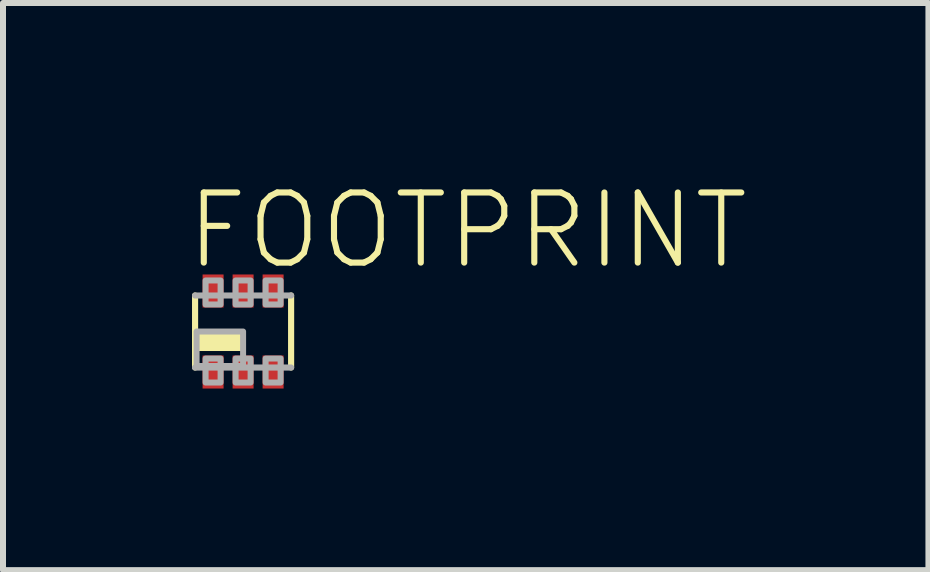
<source format=kicad_pcb>
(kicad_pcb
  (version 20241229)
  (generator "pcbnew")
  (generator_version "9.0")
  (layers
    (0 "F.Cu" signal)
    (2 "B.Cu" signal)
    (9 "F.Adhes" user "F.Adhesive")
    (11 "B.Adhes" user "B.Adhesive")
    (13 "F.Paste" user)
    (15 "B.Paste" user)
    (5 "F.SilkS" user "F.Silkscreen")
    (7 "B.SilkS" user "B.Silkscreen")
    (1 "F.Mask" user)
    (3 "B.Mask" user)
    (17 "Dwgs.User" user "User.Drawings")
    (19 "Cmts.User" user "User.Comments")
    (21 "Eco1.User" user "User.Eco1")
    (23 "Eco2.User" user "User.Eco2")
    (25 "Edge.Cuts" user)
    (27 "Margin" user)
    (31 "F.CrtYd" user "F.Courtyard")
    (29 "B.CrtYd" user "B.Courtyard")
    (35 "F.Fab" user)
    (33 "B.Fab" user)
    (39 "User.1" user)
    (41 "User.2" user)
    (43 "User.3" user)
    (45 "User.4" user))
  (footprint "FOOTPRINT"
    (layer "F.Cu")
    (at 1 2.473)
    (property "Reference" "FOOTPRINT" (at -1 -1 0) (layer "F.SilkS") (effects (font (size 1.168 1.168) (thickness 0.102)) (justify left bottom)))
    (fp_poly (pts (xy -0.7 0.975) (xy -0.3 0.975) (xy -0.3 0.375) (xy -0.7 0.375)) (stroke (width 0) (type solid)) (fill yes) (layer "F.Mask"))
    (fp_poly (pts (xy -0.3 -0.975) (xy -0.7 -0.975) (xy -0.7 -0.375) (xy -0.3 -0.375)) (stroke (width 0) (type solid)) (fill yes) (layer "F.Mask"))
    (fp_poly (pts (xy -0.2 0.975) (xy 0.2 0.975) (xy 0.2 0.375) (xy -0.2 0.375)) (stroke (width 0) (type solid)) (fill yes) (layer "F.Mask"))
    (fp_poly (pts (xy 0.2 -0.975) (xy -0.2 -0.975) (xy -0.2 -0.375) (xy 0.2 -0.375)) (stroke (width 0) (type solid)) (fill yes) (layer "F.Mask"))
    (fp_poly (pts (xy 0.3 0.975) (xy 0.7 0.975) (xy 0.7 0.375) (xy 0.3 0.375)) (stroke (width 0) (type solid)) (fill yes) (layer "F.Mask"))
    (fp_poly (pts (xy 0.7 -0.975) (xy 0.3 -0.975) (xy 0.3 -0.375) (xy 0.7 -0.375)) (stroke (width 0) (type solid)) (fill yes) (layer "F.Mask"))
    (fp_line (start -0.8 0.6) (end -0.8 -0.6) (stroke (width 0.102) (type solid)) (layer "F.SilkS"))
    (fp_line (start 0.8 -0.6) (end 0.8 0.6) (stroke (width 0.102) (type solid)) (layer "F.SilkS"))
    (fp_poly (pts (xy -0.75 0.325) (xy 0 0.325) (xy 0 0) (xy -0.75 0)) (stroke (width 0) (type solid)) (fill yes) (layer "F.SilkS"))
    (fp_line (start -0.8 -0.6) (end 0.8 -0.6) (stroke (width 0.102) (type solid)) (layer "F.Fab"))
    (fp_line (start 0.8 0.6) (end -0.8 0.6) (stroke (width 0.102) (type solid)) (layer "F.Fab"))
    (fp_poly (pts (xy -0.775 0.575) (xy 0 0.575) (xy 0 0) (xy -0.775 0)) (stroke (width 0.1) (type solid)) (fill no) (layer "F.Fab"))
    (fp_poly (pts (xy -0.625 0.85) (xy -0.375 0.85) (xy -0.375 0.45) (xy -0.625 0.45)) (stroke (width 0.1) (type solid)) (fill no) (layer "F.Fab"))
    (fp_poly (pts (xy -0.375 -0.85) (xy -0.625 -0.85) (xy -0.625 -0.45) (xy -0.375 -0.45)) (stroke (width 0.1) (type solid)) (fill no) (layer "F.Fab"))
    (fp_poly (pts (xy -0.125 0.85) (xy 0.125 0.85) (xy 0.125 0.45) (xy -0.125 0.45)) (stroke (width 0.1) (type solid)) (fill no) (layer "F.Fab"))
    (fp_poly (pts (xy 0.125 -0.85) (xy -0.125 -0.85) (xy -0.125 -0.45) (xy 0.125 -0.45)) (stroke (width 0.1) (type solid)) (fill no) (layer "F.Fab"))
    (fp_poly (pts (xy 0.375 0.85) (xy 0.625 0.85) (xy 0.625 0.45) (xy 0.375 0.45)) (stroke (width 0.1) (type solid)) (fill no) (layer "F.Fab"))
    (fp_poly (pts (xy 0.625 -0.85) (xy 0.375 -0.85) (xy 0.375 -0.45) (xy 0.625 -0.45)) (stroke (width 0.1) (type solid)) (fill no) (layer "F.Fab"))
    (pad "1" smd rect (at -0.5 0.675) (size 0.35 0.55) (layers "F.Cu" "F.Paste"))
    (pad "2" smd rect (at 0 0.675) (size 0.35 0.55) (layers "F.Cu" "F.Paste"))
    (pad "3" smd rect (at 0.5 0.675) (size 0.35 0.55) (layers "F.Cu" "F.Paste"))
    (pad "4" smd rect (at 0.5 -0.675 180) (size 0.35 0.55) (layers "F.Cu" "F.Paste"))
    (pad "5" smd rect (at 0 -0.675 180) (size 0.35 0.55) (layers "F.Cu" "F.Paste"))
    (pad "6" smd rect (at -0.5 -0.675 180) (size 0.35 0.55) (layers "F.Cu" "F.Paste")))
  (gr_rect
    (start -3 -3)
    (end 12.418 6.448)
    (stroke (width 0.1) (type default))
    (fill no)
    (layer "Edge.Cuts")))
</source>
